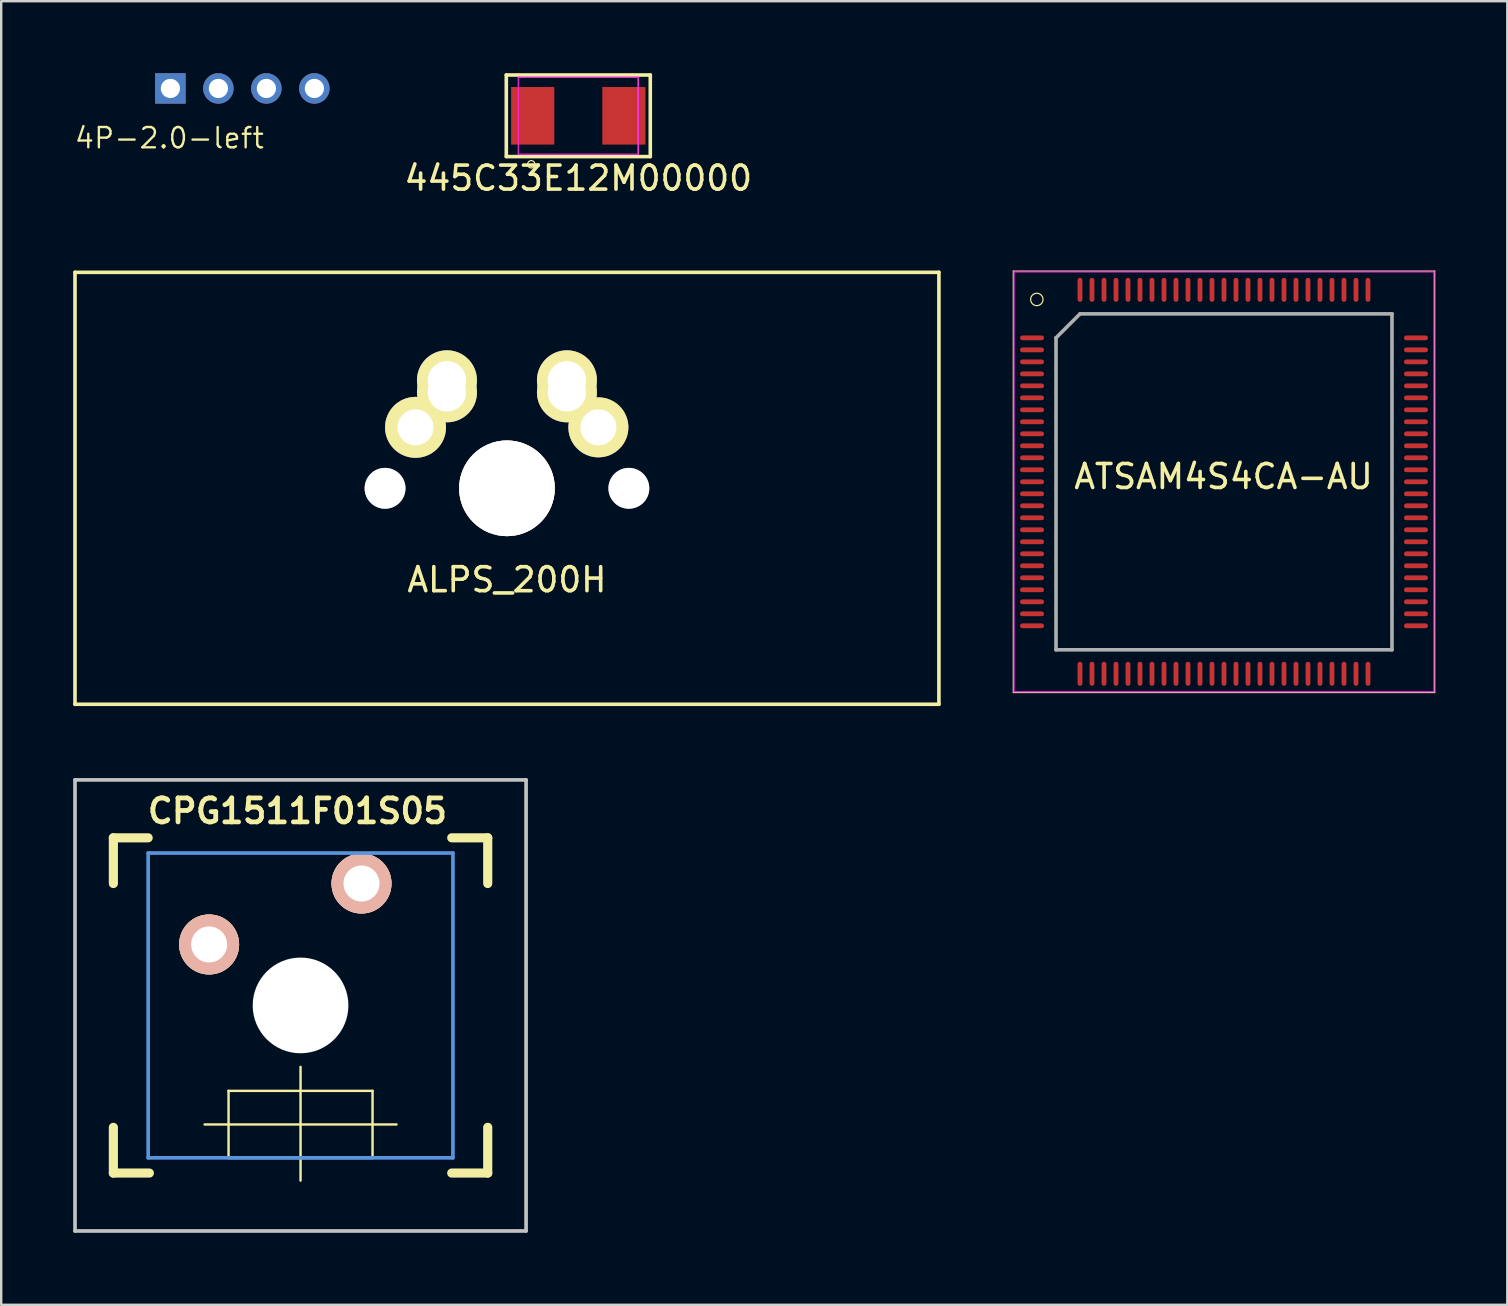
<source format=kicad_pcb>
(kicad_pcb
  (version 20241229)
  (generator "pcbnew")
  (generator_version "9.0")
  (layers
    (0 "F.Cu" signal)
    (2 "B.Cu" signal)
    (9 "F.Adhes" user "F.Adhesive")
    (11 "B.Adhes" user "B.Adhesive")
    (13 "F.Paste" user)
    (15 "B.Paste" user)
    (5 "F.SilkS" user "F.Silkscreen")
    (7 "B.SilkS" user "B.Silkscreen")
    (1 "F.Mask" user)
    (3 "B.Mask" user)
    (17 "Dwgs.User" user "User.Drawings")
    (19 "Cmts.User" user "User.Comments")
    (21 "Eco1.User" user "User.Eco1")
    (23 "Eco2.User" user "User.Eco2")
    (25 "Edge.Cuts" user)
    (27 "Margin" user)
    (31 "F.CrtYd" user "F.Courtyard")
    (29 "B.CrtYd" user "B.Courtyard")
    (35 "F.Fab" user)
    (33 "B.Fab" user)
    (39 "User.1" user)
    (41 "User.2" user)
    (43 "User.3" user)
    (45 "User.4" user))
  (footprint "CPG1511F01S05"
    (layer "F.Cu")
    (at 9.474 38.847)
    (property "Reference" "CPG1511F01S05" (at -0.13 -8.1 0) (layer "F.SilkS") (effects (font (size 1 1) (thickness 0.2))))
    (attr through_hole)
    (fp_line (start -7.8 -6.985) (end -6.35 -6.985) (stroke (width 0.381) (type solid)) (layer "F.SilkS"))
    (fp_line (start -7.8 -5.08) (end -7.8 -6.985) (stroke (width 0.381) (type solid)) (layer "F.SilkS"))
    (fp_line (start -7.8 6.985) (end -7.8 5.08) (stroke (width 0.381) (type solid)) (layer "F.SilkS"))
    (fp_line (start -6.3 6.985) (end -7.8 6.985) (stroke (width 0.381) (type solid)) (layer "F.SilkS"))
    (fp_line (start -4 4.96) (end 4 4.96) (stroke (width 0.1) (type solid)) (layer "F.SilkS"))
    (fp_line (start -3 3.56) (end -3 6.36) (stroke (width 0.1) (type solid)) (layer "F.SilkS"))
    (fp_line (start -3 3.56) (end 3 3.56) (stroke (width 0.1) (type solid)) (layer "F.SilkS"))
    (fp_line (start 0 2.56) (end 0 7.3) (stroke (width 0.1) (type solid)) (layer "F.SilkS"))
    (fp_line (start 3 3.56) (end 3 6.36) (stroke (width 0.1) (type solid)) (layer "F.SilkS"))
    (fp_line (start 3 6.36) (end -3 6.36) (stroke (width 0.1) (type solid)) (layer "F.SilkS"))
    (fp_line (start 6.3 -6.985) (end 7.8 -6.985) (stroke (width 0.381) (type solid)) (layer "F.SilkS"))
    (fp_line (start 7.8 -6.985) (end 7.8 -5.08) (stroke (width 0.381) (type solid)) (layer "F.SilkS"))
    (fp_line (start 7.8 5.08) (end 7.8 6.985) (stroke (width 0.381) (type solid)) (layer "F.SilkS"))
    (fp_line (start 7.8 6.985) (end 6.3 6.985) (stroke (width 0.381) (type solid)) (layer "F.SilkS"))
    (fp_line (start -9.398 -9.398) (end 9.398 -9.398) (stroke (width 0.152) (type solid)) (layer "Dwgs.User"))
    (fp_line (start -9.398 9.398) (end -9.398 -9.398) (stroke (width 0.152) (type solid)) (layer "Dwgs.User"))
    (fp_line (start 9.398 -9.398) (end 9.398 9.398) (stroke (width 0.152) (type solid)) (layer "Dwgs.User"))
    (fp_line (start 9.398 9.398) (end -9.398 9.398) (stroke (width 0.152) (type solid)) (layer "Dwgs.User"))
    (fp_line (start -6.35 -6.35) (end 6.35 -6.35) (stroke (width 0.152) (type solid)) (layer "Cmts.User"))
    (fp_line (start -6.35 6.35) (end -6.35 -6.35) (stroke (width 0.152) (type solid)) (layer "Cmts.User"))
    (fp_line (start 6.35 -6.35) (end 6.35 6.35) (stroke (width 0.152) (type solid)) (layer "Cmts.User"))
    (fp_line (start 6.35 6.35) (end -6.35 6.35) (stroke (width 0.152) (type solid)) (layer "Cmts.User"))
    (fp_line (start -7.8 -6.985) (end 7.8 -6.985) (stroke (width 0.152) (type solid)) (layer "Eco2.User"))
    (fp_line (start -7.8 6.985) (end -7.8 -6.985) (stroke (width 0.152) (type solid)) (layer "Eco2.User"))
    (fp_line (start 7.8 -6.985) (end 7.8 6.985) (stroke (width 0.152) (type solid)) (layer "Eco2.User"))
    (fp_line (start 7.8 6.985) (end -7.8 6.985) (stroke (width 0.152) (type solid)) (layer "Eco2.User"))
    (pad "" np_thru_hole circle (at 0 0) (size 3.988 3.988) (drill 3.988) (layers "*.Cu" "*.Mask"))
    (pad "1" thru_hole circle (at -3.81 -2.54) (size 2.5 2.5) (drill 1.5) (layers "*.Cu" "*.SilkS" "*.Mask"))
    (pad "2" thru_hole circle (at 2.54 -5.08) (size 2.5 2.5) (drill 1.5) (layers "*.Cu" "*.SilkS" "*.Mask")))
  (footprint "4P-2.0-left"
    (layer "F.Cu")
    (at 7.05 0.635)
    (property "Reference" "4P-2.0-left" (at -7.05 2.561 0) (layer "F.SilkS") (effects (font (size 0.845 0.845) (thickness 0.098)) (justify left bottom)))
    (attr through_hole)
    (pad "1" thru_hole rect (at -3 0) (size 1.27 1.27) (drill 0.8) (layers "*.Cu" "*.Mask"))
    (pad "2" thru_hole circle (at -1 0) (size 1.27 1.27) (drill 0.8) (layers "*.Cu" "*.Mask"))
    (pad "3" thru_hole circle (at 1 0) (size 1.27 1.27) (drill 0.8) (layers "*.Cu" "*.Mask"))
    (pad "4" thru_hole circle (at 3 0) (size 1.27 1.27) (drill 0.8) (layers "*.Cu" "*.Mask")))
  (footprint "ATSAM4S4CA-AU"
    (layer "F.Cu")
    (at 47.955 17.028)
    (property "Reference" "ATSAM4S4CA-AU" (at -0.02 -0.22 0) (layer "F.SilkS") (effects (font (size 1 1) (thickness 0.15))))
    (attr smd)
    (fp_line (start -8.78 -8.78) (end 8.78 -8.78) (stroke (width 0.05) (type solid)) (layer "F.SilkS"))
    (fp_line (start -8.78 8.78) (end -8.78 -8.78) (stroke (width 0.05) (type solid)) (layer "F.SilkS"))
    (fp_line (start 8.78 -8.78) (end 8.78 8.78) (stroke (width 0.05) (type solid)) (layer "F.SilkS"))
    (fp_line (start 8.78 8.78) (end -8.78 8.78) (stroke (width 0.05) (type solid)) (layer "F.SilkS"))
    (fp_circle (center -7.8 -7.6) (end -7.542 -7.6) (stroke (width 0.05) (type solid)) (fill no) (layer "F.SilkS"))
    (fp_line (start -8.75 -8.75) (end 8.75 -8.75) (stroke (width 0.05) (type solid)) (layer "F.CrtYd"))
    (fp_line (start -8.75 8.75) (end -8.75 -8.75) (stroke (width 0.05) (type solid)) (layer "F.CrtYd"))
    (fp_line (start 8.75 -8.75) (end 8.75 8.75) (stroke (width 0.05) (type solid)) (layer "F.CrtYd"))
    (fp_line (start 8.75 8.75) (end -8.75 8.75) (stroke (width 0.05) (type solid)) (layer "F.CrtYd"))
    (fp_line (start -7 -6) (end -7 7) (stroke (width 0.15) (type solid)) (layer "F.Fab"))
    (fp_line (start -7 7) (end 7 7) (stroke (width 0.15) (type solid)) (layer "F.Fab"))
    (fp_line (start -6 -7) (end -7 -6) (stroke (width 0.15) (type solid)) (layer "F.Fab"))
    (fp_line (start 7 -7) (end -6 -7) (stroke (width 0.15) (type solid)) (layer "F.Fab"))
    (fp_line (start 7 7) (end 7 -7) (stroke (width 0.15) (type solid)) (layer "F.Fab"))
    (pad "1" smd oval (at -8 -6 90) (size 0.2 1) (layers "F.Cu" "F.Mask" "F.Paste"))
    (pad "2" smd oval (at -8 -5.5 90) (size 0.2 1) (layers "F.Cu" "F.Mask" "F.Paste"))
    (pad "3" smd oval (at -8 -5 90) (size 0.2 1) (layers "F.Cu" "F.Mask" "F.Paste"))
    (pad "4" smd oval (at -8 -4.5 90) (size 0.2 1) (layers "F.Cu" "F.Mask" "F.Paste"))
    (pad "5" smd oval (at -8 -4 90) (size 0.2 1) (layers "F.Cu" "F.Mask" "F.Paste"))
    (pad "6" smd oval (at -8 -3.5 90) (size 0.2 1) (layers "F.Cu" "F.Mask" "F.Paste"))
    (pad "7" smd oval (at -8 -3 90) (size 0.2 1) (layers "F.Cu" "F.Mask" "F.Paste"))
    (pad "8" smd oval (at -8 -2.5 90) (size 0.2 1) (layers "F.Cu" "F.Mask" "F.Paste"))
    (pad "9" smd oval (at -8 -2 90) (size 0.2 1) (layers "F.Cu" "F.Mask" "F.Paste"))
    (pad "10" smd oval (at -8 -1.5 90) (size 0.2 1) (layers "F.Cu" "F.Mask" "F.Paste"))
    (pad "11" smd oval (at -8 -1 90) (size 0.2 1) (layers "F.Cu" "F.Mask" "F.Paste"))
    (pad "12" smd oval (at -8 -0.5 90) (size 0.2 1) (layers "F.Cu" "F.Mask" "F.Paste"))
    (pad "13" smd oval (at -8 0 90) (size 0.2 1) (layers "F.Cu" "F.Mask" "F.Paste"))
    (pad "14" smd oval (at -8 0.5 90) (size 0.2 1) (layers "F.Cu" "F.Mask" "F.Paste"))
    (pad "15" smd oval (at -8 1 90) (size 0.2 1) (layers "F.Cu" "F.Mask" "F.Paste"))
    (pad "16" smd oval (at -8 1.5 90) (size 0.2 1) (layers "F.Cu" "F.Mask" "F.Paste"))
    (pad "17" smd oval (at -8 2 90) (size 0.2 1) (layers "F.Cu" "F.Mask" "F.Paste"))
    (pad "18" smd oval (at -8 2.5 90) (size 0.2 1) (layers "F.Cu" "F.Mask" "F.Paste"))
    (pad "19" smd oval (at -8 3 90) (size 0.2 1) (layers "F.Cu" "F.Mask" "F.Paste"))
    (pad "20" smd oval (at -8 3.5 90) (size 0.2 1) (layers "F.Cu" "F.Mask" "F.Paste"))
    (pad "21" smd oval (at -8 4 90) (size 0.2 1) (layers "F.Cu" "F.Mask" "F.Paste"))
    (pad "22" smd oval (at -8 4.5 90) (size 0.2 1) (layers "F.Cu" "F.Mask" "F.Paste"))
    (pad "23" smd oval (at -8 5 90) (size 0.2 1) (layers "F.Cu" "F.Mask" "F.Paste"))
    (pad "24" smd oval (at -8 5.5 90) (size 0.2 1) (layers "F.Cu" "F.Mask" "F.Paste"))
    (pad "25" smd oval (at -8 6 90) (size 0.2 1) (layers "F.Cu" "F.Mask" "F.Paste"))
    (pad "26" smd oval (at -6 8) (size 0.2 1) (layers "F.Cu" "F.Mask" "F.Paste"))
    (pad "27" smd oval (at -5.5 8) (size 0.2 1) (layers "F.Cu" "F.Mask" "F.Paste"))
    (pad "28" smd oval (at -5 8) (size 0.2 1) (layers "F.Cu" "F.Mask" "F.Paste"))
    (pad "29" smd oval (at -4.5 8) (size 0.2 1) (layers "F.Cu" "F.Mask" "F.Paste"))
    (pad "30" smd oval (at -4 8) (size 0.2 1) (layers "F.Cu" "F.Mask" "F.Paste"))
    (pad "31" smd oval (at -3.5 8) (size 0.2 1) (layers "F.Cu" "F.Mask" "F.Paste"))
    (pad "32" smd oval (at -3 8) (size 0.2 1) (layers "F.Cu" "F.Mask" "F.Paste"))
    (pad "33" smd oval (at -2.5 8) (size 0.2 1) (layers "F.Cu" "F.Mask" "F.Paste"))
    (pad "34" smd oval (at -2 8) (size 0.2 1) (layers "F.Cu" "F.Mask" "F.Paste"))
    (pad "35" smd oval (at -1.5 8) (size 0.2 1) (layers "F.Cu" "F.Mask" "F.Paste"))
    (pad "36" smd oval (at -1 8) (size 0.2 1) (layers "F.Cu" "F.Mask" "F.Paste"))
    (pad "37" smd oval (at -0.5 8) (size 0.2 1) (layers "F.Cu" "F.Mask" "F.Paste"))
    (pad "38" smd oval (at 0 8) (size 0.2 1) (layers "F.Cu" "F.Mask" "F.Paste"))
    (pad "39" smd oval (at 0.5 8) (size 0.2 1) (layers "F.Cu" "F.Mask" "F.Paste"))
    (pad "40" smd oval (at 1 8) (size 0.2 1) (layers "F.Cu" "F.Mask" "F.Paste"))
    (pad "41" smd oval (at 1.5 8) (size 0.2 1) (layers "F.Cu" "F.Mask" "F.Paste"))
    (pad "42" smd oval (at 2 8) (size 0.2 1) (layers "F.Cu" "F.Mask" "F.Paste"))
    (pad "43" smd oval (at 2.5 8) (size 0.2 1) (layers "F.Cu" "F.Mask" "F.Paste"))
    (pad "44" smd oval (at 3 8) (size 0.2 1) (layers "F.Cu" "F.Mask" "F.Paste"))
    (pad "45" smd oval (at 3.5 8) (size 0.2 1) (layers "F.Cu" "F.Mask" "F.Paste"))
    (pad "46" smd oval (at 4 8) (size 0.2 1) (layers "F.Cu" "F.Mask" "F.Paste"))
    (pad "47" smd oval (at 4.5 8) (size 0.2 1) (layers "F.Cu" "F.Mask" "F.Paste"))
    (pad "48" smd oval (at 5 8) (size 0.2 1) (layers "F.Cu" "F.Mask" "F.Paste"))
    (pad "49" smd oval (at 5.5 8) (size 0.2 1) (layers "F.Cu" "F.Mask" "F.Paste"))
    (pad "50" smd oval (at 6 8) (size 0.2 1) (layers "F.Cu" "F.Mask" "F.Paste"))
    (pad "51" smd oval (at 8 6 90) (size 0.2 1) (layers "F.Cu" "F.Mask" "F.Paste"))
    (pad "52" smd oval (at 8 5.5 90) (size 0.2 1) (layers "F.Cu" "F.Mask" "F.Paste"))
    (pad "53" smd oval (at 8 5 90) (size 0.2 1) (layers "F.Cu" "F.Mask" "F.Paste"))
    (pad "54" smd oval (at 8 4.5 90) (size 0.2 1) (layers "F.Cu" "F.Mask" "F.Paste"))
    (pad "55" smd oval (at 8 4 90) (size 0.2 1) (layers "F.Cu" "F.Mask" "F.Paste"))
    (pad "56" smd oval (at 8 3.5 90) (size 0.2 1) (layers "F.Cu" "F.Mask" "F.Paste"))
    (pad "57" smd oval (at 8 3 90) (size 0.2 1) (layers "F.Cu" "F.Mask" "F.Paste"))
    (pad "58" smd oval (at 8 2.5 90) (size 0.2 1) (layers "F.Cu" "F.Mask" "F.Paste"))
    (pad "59" smd oval (at 8 2 90) (size 0.2 1) (layers "F.Cu" "F.Mask" "F.Paste"))
    (pad "60" smd oval (at 8 1.5 90) (size 0.2 1) (layers "F.Cu" "F.Mask" "F.Paste"))
    (pad "61" smd oval (at 8 1 90) (size 0.2 1) (layers "F.Cu" "F.Mask" "F.Paste"))
    (pad "62" smd oval (at 8 0.5 90) (size 0.2 1) (layers "F.Cu" "F.Mask" "F.Paste"))
    (pad "63" smd oval (at 8 0 90) (size 0.2 1) (layers "F.Cu" "F.Mask" "F.Paste"))
    (pad "64" smd oval (at 8 -0.5 90) (size 0.2 1) (layers "F.Cu" "F.Mask" "F.Paste"))
    (pad "65" smd oval (at 8 -1 90) (size 0.2 1) (layers "F.Cu" "F.Mask" "F.Paste"))
    (pad "66" smd oval (at 8 -1.5 90) (size 0.2 1) (layers "F.Cu" "F.Mask" "F.Paste"))
    (pad "67" smd oval (at 8 -2 90) (size 0.2 1) (layers "F.Cu" "F.Mask" "F.Paste"))
    (pad "68" smd oval (at 8 -2.5 90) (size 0.2 1) (layers "F.Cu" "F.Mask" "F.Paste"))
    (pad "69" smd oval (at 8 -3 90) (size 0.2 1) (layers "F.Cu" "F.Mask" "F.Paste"))
    (pad "70" smd oval (at 8 -3.5 90) (size 0.2 1) (layers "F.Cu" "F.Mask" "F.Paste"))
    (pad "71" smd oval (at 8 -4 90) (size 0.2 1) (layers "F.Cu" "F.Mask" "F.Paste"))
    (pad "72" smd oval (at 8 -4.5 90) (size 0.2 1) (layers "F.Cu" "F.Mask" "F.Paste"))
    (pad "73" smd oval (at 8 -5 90) (size 0.2 1) (layers "F.Cu" "F.Mask" "F.Paste"))
    (pad "74" smd oval (at 8 -5.5 90) (size 0.2 1) (layers "F.Cu" "F.Mask" "F.Paste"))
    (pad "75" smd oval (at 8 -6 90) (size 0.2 1) (layers "F.Cu" "F.Mask" "F.Paste"))
    (pad "76" smd oval (at 6 -8) (size 0.2 1) (layers "F.Cu" "F.Mask" "F.Paste"))
    (pad "77" smd oval (at 5.5 -8) (size 0.2 1) (layers "F.Cu" "F.Mask" "F.Paste"))
    (pad "78" smd oval (at 5 -8) (size 0.2 1) (layers "F.Cu" "F.Mask" "F.Paste"))
    (pad "79" smd oval (at 4.5 -8) (size 0.2 1) (layers "F.Cu" "F.Mask" "F.Paste"))
    (pad "80" smd oval (at 4 -8) (size 0.2 1) (layers "F.Cu" "F.Mask" "F.Paste"))
    (pad "81" smd oval (at 3.5 -8) (size 0.2 1) (layers "F.Cu" "F.Mask" "F.Paste"))
    (pad "82" smd oval (at 3 -8) (size 0.2 1) (layers "F.Cu" "F.Mask" "F.Paste"))
    (pad "83" smd oval (at 2.5 -8) (size 0.2 1) (layers "F.Cu" "F.Mask" "F.Paste"))
    (pad "84" smd oval (at 2 -8) (size 0.2 1) (layers "F.Cu" "F.Mask" "F.Paste"))
    (pad "85" smd oval (at 1.5 -8) (size 0.2 1) (layers "F.Cu" "F.Mask" "F.Paste"))
    (pad "86" smd oval (at 1 -8) (size 0.2 1) (layers "F.Cu" "F.Mask" "F.Paste"))
    (pad "87" smd oval (at 0.5 -8) (size 0.2 1) (layers "F.Cu" "F.Mask" "F.Paste"))
    (pad "88" smd oval (at 0 -8) (size 0.2 1) (layers "F.Cu" "F.Mask" "F.Paste"))
    (pad "89" smd oval (at -0.5 -8) (size 0.2 1) (layers "F.Cu" "F.Mask" "F.Paste"))
    (pad "90" smd oval (at -1 -8) (size 0.2 1) (layers "F.Cu" "F.Mask" "F.Paste"))
    (pad "91" smd oval (at -1.5 -8) (size 0.2 1) (layers "F.Cu" "F.Mask" "F.Paste"))
    (pad "92" smd oval (at -2 -8) (size 0.2 1) (layers "F.Cu" "F.Mask" "F.Paste"))
    (pad "93" smd oval (at -2.5 -8) (size 0.2 1) (layers "F.Cu" "F.Mask" "F.Paste"))
    (pad "94" smd oval (at -3 -8) (size 0.2 1) (layers "F.Cu" "F.Mask" "F.Paste"))
    (pad "95" smd oval (at -3.5 -8) (size 0.2 1) (layers "F.Cu" "F.Mask" "F.Paste"))
    (pad "96" smd oval (at -4 -8) (size 0.2 1) (layers "F.Cu" "F.Mask" "F.Paste"))
    (pad "97" smd oval (at -4.5 -8) (size 0.2 1) (layers "F.Cu" "F.Mask" "F.Paste"))
    (pad "98" smd oval (at -5 -8) (size 0.2 1) (layers "F.Cu" "F.Mask" "F.Paste"))
    (pad "99" smd oval (at -5.5 -8) (size 0.2 1) (layers "F.Cu" "F.Mask" "F.Paste"))
    (pad "100" smd oval (at -6 -8) (size 0.2 1) (layers "F.Cu" "F.Mask" "F.Paste")))
  (footprint "ALPS_200H"
    (layer "F.Cu")
    (at 18.075 17.298)
    (property "Reference" "ALPS_200H" (at 0 3.81 0) (layer "F.SilkS") (effects (font (size 1 1) (thickness 0.15))))
    (attr through_hole)
    (fp_line (start -18 9) (end -18 -9) (stroke (width 0.15) (type solid)) (layer "F.SilkS"))
    (fp_line (start -18 9) (end 18 9) (stroke (width 0.15) (type solid)) (layer "F.SilkS"))
    (fp_line (start 18 -9) (end -18 -9) (stroke (width 0.15) (type solid)) (layer "F.SilkS"))
    (fp_line (start 18 -9) (end 18 9) (stroke (width 0.15) (type solid)) (layer "F.SilkS"))
    (fp_line (start -7.75 -6.4) (end 7.75 -6.4) (stroke (width 0.15) (type solid)) (layer "Eco1.User"))
    (fp_line (start -7.75 6.4) (end -7.75 -6.4) (stroke (width 0.15) (type solid)) (layer "Eco1.User"))
    (fp_line (start 7.75 -6.4) (end 7.75 6.4) (stroke (width 0.15) (type solid)) (layer "Eco1.User"))
    (fp_line (start 7.75 6.4) (end -7.75 6.4) (stroke (width 0.15) (type solid)) (layer "Eco1.User"))
    (pad "0" thru_hole circle (at -5.08 0) (size 1.702 1.702) (drill 1.702) (layers "*.Cu"))
    (pad "0" thru_hole circle (at 0 0) (size 3.988 3.988) (drill 3.987) (layers "*.Cu" "*.Mask" "F.SilkS"))
    (pad "0" thru_hole circle (at 5.08 0) (size 1.702 1.702) (drill 1.702) (layers "*.Cu"))
    (pad "1" thru_hole circle (at 2.5 -4.5) (size 2.5 2.5) (drill 1.6) (layers "*.Cu" "*.Mask" "F.SilkS"))
    (pad "1" thru_hole circle (at 2.5 -4) (size 2.5 2.5) (drill 1.6) (layers "*.Cu" "*.Mask" "F.SilkS"))
    (pad "1" thru_hole circle (at 3.81 -2.54) (size 2.5 2.5) (drill 1.5) (layers "*.Cu" "*.Mask" "F.SilkS"))
    (pad "2" thru_hole circle (at -3.81 -2.54) (size 2.54 2.54) (drill 1.5) (layers "*.Cu" "*.Mask" "F.SilkS"))
    (pad "2" thru_hole circle (at -2.5 -4.5) (size 2.5 2.5) (drill 1.6) (layers "*.Cu" "*.Mask" "F.SilkS"))
    (pad "2" thru_hole circle (at -2.5 -4) (size 2.5 2.5) (drill 1.6) (layers "*.Cu" "*.Mask" "F.SilkS")))
  (footprint "445C33E12M00000"
    (layer "F.Cu")
    (at 21.048 1.775)
    (property "Reference" "445C33E12M00000" (at 0 2.6 0) (layer "F.SilkS") (effects (font (size 1 1) (thickness 0.15))))
    (attr smd)
    (fp_line (start -3 -1.7) (end 3 -1.7) (stroke (width 0.15) (type solid)) (layer "F.SilkS"))
    (fp_line (start -3 1.7) (end -3 -1.7) (stroke (width 0.15) (type solid)) (layer "F.SilkS"))
    (fp_line (start 3 -1.7) (end 3 1.7) (stroke (width 0.15) (type solid)) (layer "F.SilkS"))
    (fp_line (start 3 1.7) (end -3 1.7) (stroke (width 0.15) (type solid)) (layer "F.SilkS"))
    (fp_circle (center -1.96 2.02) (end -1.807 2.02) (stroke (width 0.05) (type solid)) (fill no) (layer "F.SilkS"))
    (fp_line (start -2.5 1.6) (end -2.5 -1.6) (stroke (width 0.05) (type solid)) (layer "F.CrtYd"))
    (fp_line (start 2.5 -1.6) (end -2.5 -1.6) (stroke (width 0.05) (type solid)) (layer "F.CrtYd"))
    (fp_line (start 2.5 1.6) (end -2.5 1.6) (stroke (width 0.05) (type solid)) (layer "F.CrtYd"))
    (fp_line (start 2.5 1.6) (end 2.5 -1.6) (stroke (width 0.05) (type solid)) (layer "F.CrtYd"))
    (fp_line (start -2.5 -1.6) (end 2.5 -1.6) (stroke (width 0.05) (type solid)) (layer "F.Fab"))
    (fp_line (start 2.5 -1.6) (end 2.5 1.6) (stroke (width 0.05) (type solid)) (layer "F.Fab"))
    (pad "1" smd rect (at -1.9 0) (size 1.8 2.4) (layers "F.Cu" "F.Mask" "F.Paste"))
    (pad "2" smd rect (at 1.9 0) (size 1.8 2.4) (layers "F.Cu" "F.Mask" "F.Paste")))
  (gr_rect
    (start -3 -3)
    (end 59.76 51.322)
    (stroke (width 0.1) (type default))
    (fill no)
    (layer "Edge.Cuts")))
</source>
